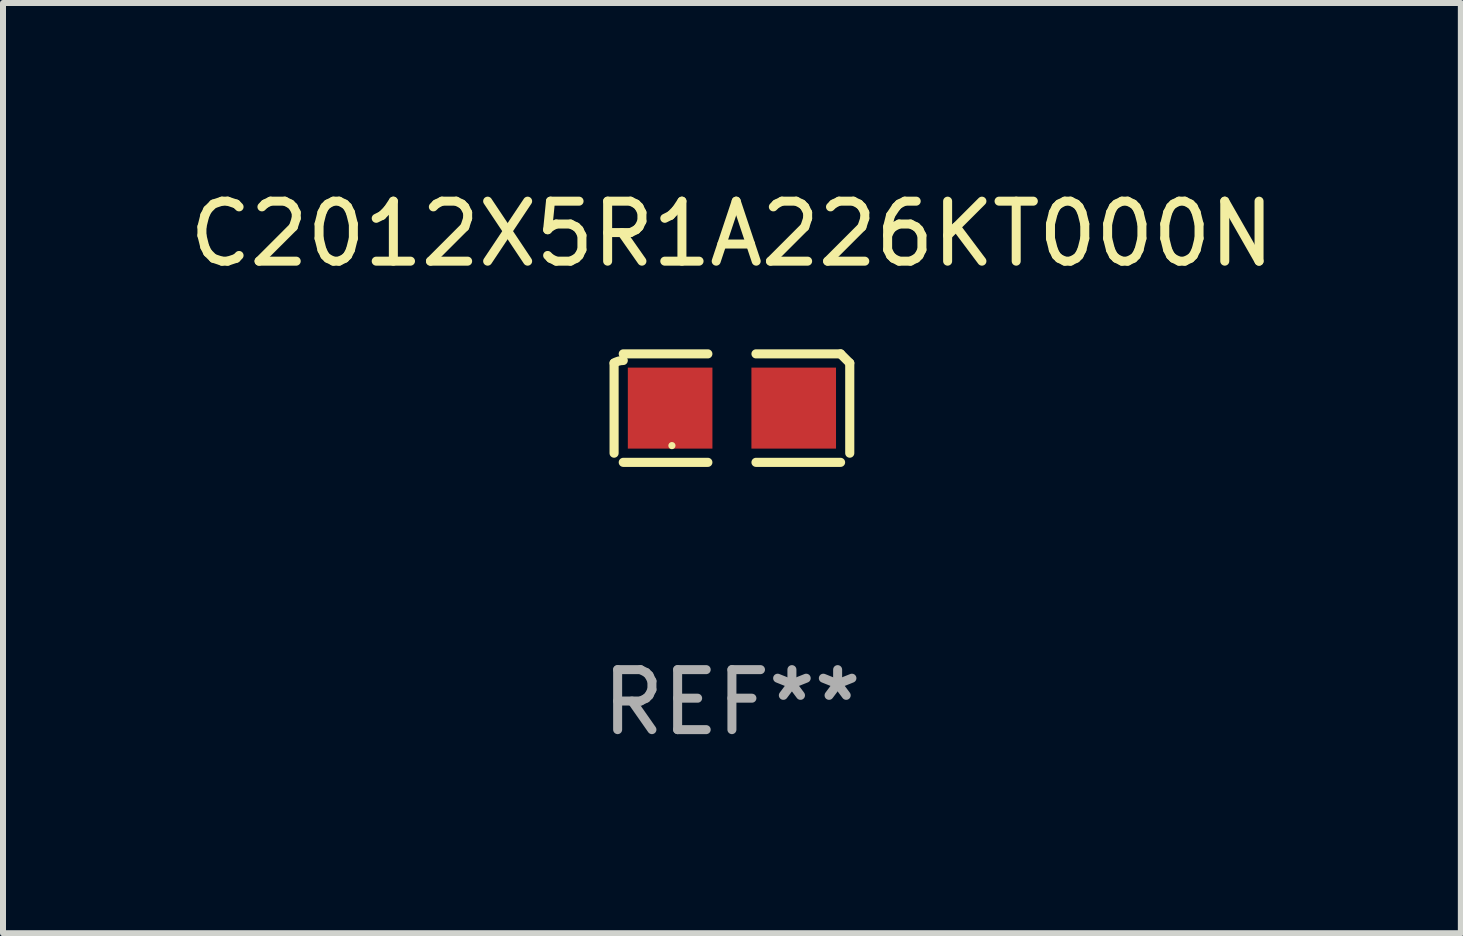
<source format=kicad_pcb>
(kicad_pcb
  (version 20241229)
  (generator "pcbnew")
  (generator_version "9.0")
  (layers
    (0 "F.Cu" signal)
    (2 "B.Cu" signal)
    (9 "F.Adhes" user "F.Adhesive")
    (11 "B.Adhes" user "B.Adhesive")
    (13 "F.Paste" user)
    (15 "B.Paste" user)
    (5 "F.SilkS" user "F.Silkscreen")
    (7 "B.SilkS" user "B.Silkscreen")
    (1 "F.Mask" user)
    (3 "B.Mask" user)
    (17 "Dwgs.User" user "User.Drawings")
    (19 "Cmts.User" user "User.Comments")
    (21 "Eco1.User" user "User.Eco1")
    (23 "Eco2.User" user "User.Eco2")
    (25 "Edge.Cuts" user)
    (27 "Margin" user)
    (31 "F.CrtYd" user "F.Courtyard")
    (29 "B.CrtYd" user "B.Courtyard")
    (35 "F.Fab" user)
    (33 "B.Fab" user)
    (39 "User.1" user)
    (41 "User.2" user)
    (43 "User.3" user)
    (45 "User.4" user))
  (footprint "C2012X5R1A226KT000N"
    (layer "F.Cu")
    (at 9.149 3.752)
    (property "Reference" "C2012X5R1A226KT000N" (at 0 -2.904 0) (layer "F.SilkS") (effects (font (size 1 1) (thickness 0.15))))
    (attr through_hole)
    (fp_line (start -1.964 0.751) (end -1.964 -0.751) (stroke (width 0.152) (type solid)) (layer "F.SilkS"))
    (fp_line (start -1.811 -0.904) (end -0.401 -0.904) (stroke (width 0.152) (type solid)) (layer "F.SilkS"))
    (fp_line (start -0.401 0.904) (end -1.811 0.904) (stroke (width 0.152) (type solid)) (layer "F.SilkS"))
    (fp_line (start 0.401 0.904) (end 1.811 0.904) (stroke (width 0.152) (type solid)) (layer "F.SilkS"))
    (fp_line (start 1.811 -0.904) (end 0.401 -0.904) (stroke (width 0.152) (type solid)) (layer "F.SilkS"))
    (fp_line (start 1.964 0.751) (end 1.964 -0.751) (stroke (width 0.152) (type solid)) (layer "F.SilkS"))
    (fp_arc (start -1.963602 -0.751207) (mid -1.890354 -0.783131) (end -1.811201 -0.794044) (stroke (width 0.1524) (type solid)) (layer "F.SilkS"))
    (fp_arc (start 1.811202 -0.903607) (mid 1.887413 -0.827418) (end 1.963602 -0.751207) (stroke (width 0.1524) (type solid)) (layer "F.SilkS"))
    (fp_circle (center -1 0.625) (end -0.97 0.625) (stroke (width 0.06) (type solid)) (fill no) (layer "F.SilkS"))
    (fp_text user "REF**" (at 0 4.904 0) (layer "F.Fab") (effects (font (size 1 1) (thickness 0.15))))
    (pad "1" smd rect (at -1.03 0) (size 1.41 1.35) (layers "F.Cu" "F.Mask" "F.Paste"))
    (pad "2" smd rect (at 1.03 0) (size 1.41 1.35) (layers "F.Cu" "F.Mask" "F.Paste")))
  (gr_rect
    (start -3 -3)
    (end 21.298 12.504)
    (stroke (width 0.1) (type default))
    (fill no)
    (layer "Edge.Cuts")))
</source>
